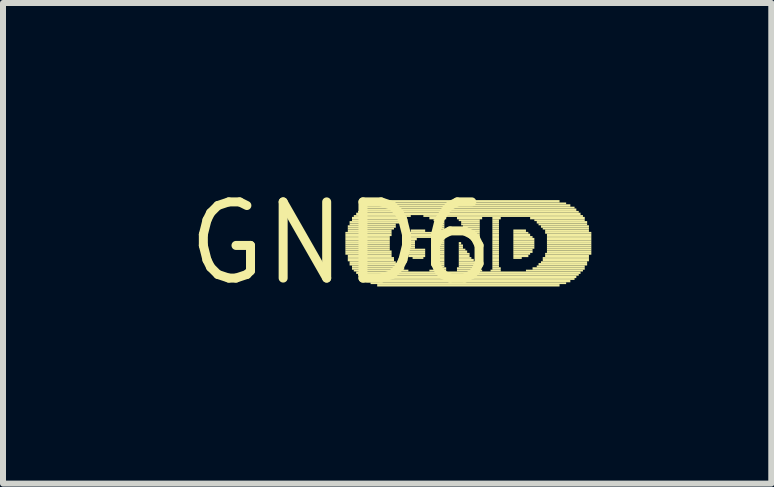
<source format=kicad_pcb>
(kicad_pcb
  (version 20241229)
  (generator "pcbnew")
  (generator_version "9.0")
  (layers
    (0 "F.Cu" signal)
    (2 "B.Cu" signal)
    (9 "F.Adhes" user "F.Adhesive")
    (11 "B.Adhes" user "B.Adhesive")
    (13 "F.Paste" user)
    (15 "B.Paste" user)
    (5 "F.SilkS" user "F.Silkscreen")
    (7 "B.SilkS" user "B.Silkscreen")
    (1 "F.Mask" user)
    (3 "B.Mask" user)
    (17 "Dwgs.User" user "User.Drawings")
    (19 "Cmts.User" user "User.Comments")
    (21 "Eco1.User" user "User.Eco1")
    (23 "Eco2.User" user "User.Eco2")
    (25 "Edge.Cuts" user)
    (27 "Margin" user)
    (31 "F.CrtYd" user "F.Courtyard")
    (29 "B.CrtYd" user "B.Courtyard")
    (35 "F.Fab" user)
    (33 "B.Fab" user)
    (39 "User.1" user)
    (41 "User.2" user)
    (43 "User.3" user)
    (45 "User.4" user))
  (footprint "GND6"
    (layer "F.Cu")
    (at 2.638 1.006)
    (property "Reference" "GND6" (at 0 0 0) (layer "F.SilkS") (effects (font (size 1.27 1.27) (thickness 0.15))))
    (fp_poly (pts (xy 0.07 -0.16) (xy 0.84 -0.16) (xy 0.84 -0.19) (xy 0.07 -0.19)) (stroke (width 0) (type solid)) (fill yes) (layer "F.SilkS"))
    (fp_poly (pts (xy 0.07 -0.12) (xy 0.84 -0.12) (xy 0.84 -0.16) (xy 0.07 -0.16)) (stroke (width 0) (type solid)) (fill yes) (layer "F.SilkS"))
    (fp_poly (pts (xy 0.07 -0.09) (xy 0.81 -0.09) (xy 0.81 -0.12) (xy 0.07 -0.12)) (stroke (width 0) (type solid)) (fill yes) (layer "F.SilkS"))
    (fp_poly (pts (xy 0.07 -0.05) (xy 0.81 -0.05) (xy 0.81 -0.09) (xy 0.07 -0.09)) (stroke (width 0) (type solid)) (fill yes) (layer "F.SilkS"))
    (fp_poly (pts (xy 0.07 -0.02) (xy 0.81 -0.02) (xy 0.81 -0.05) (xy 0.07 -0.05)) (stroke (width 0) (type solid)) (fill yes) (layer "F.SilkS"))
    (fp_poly (pts (xy 0.07 0.02) (xy 0.81 0.02) (xy 0.81 -0.02) (xy 0.07 -0.02)) (stroke (width 0) (type solid)) (fill yes) (layer "F.SilkS"))
    (fp_poly (pts (xy 0.07 0.05) (xy 0.81 0.05) (xy 0.81 0.02) (xy 0.07 0.02)) (stroke (width 0) (type solid)) (fill yes) (layer "F.SilkS"))
    (fp_poly (pts (xy 0.07 0.09) (xy 0.81 0.09) (xy 0.81 0.05) (xy 0.07 0.05)) (stroke (width 0) (type solid)) (fill yes) (layer "F.SilkS"))
    (fp_poly (pts (xy 0.07 0.12) (xy 0.81 0.12) (xy 0.81 0.09) (xy 0.07 0.09)) (stroke (width 0) (type solid)) (fill yes) (layer "F.SilkS"))
    (fp_poly (pts (xy 0.07 0.16) (xy 0.84 0.16) (xy 0.84 0.12) (xy 0.07 0.12)) (stroke (width 0) (type solid)) (fill yes) (layer "F.SilkS"))
    (fp_poly (pts (xy 0.07 0.19) (xy 0.84 0.19) (xy 0.84 0.16) (xy 0.07 0.16)) (stroke (width 0) (type solid)) (fill yes) (layer "F.SilkS"))
    (fp_poly (pts (xy 0.11 -0.26) (xy 0.91 -0.26) (xy 0.91 -0.3) (xy 0.11 -0.3)) (stroke (width 0) (type solid)) (fill yes) (layer "F.SilkS"))
    (fp_poly (pts (xy 0.11 -0.23) (xy 0.88 -0.23) (xy 0.88 -0.26) (xy 0.11 -0.26)) (stroke (width 0) (type solid)) (fill yes) (layer "F.SilkS"))
    (fp_poly (pts (xy 0.11 -0.19) (xy 0.84 -0.19) (xy 0.84 -0.23) (xy 0.11 -0.23)) (stroke (width 0) (type solid)) (fill yes) (layer "F.SilkS"))
    (fp_poly (pts (xy 0.11 0.23) (xy 0.84 0.23) (xy 0.84 0.19) (xy 0.11 0.19)) (stroke (width 0) (type solid)) (fill yes) (layer "F.SilkS"))
    (fp_poly (pts (xy 0.11 0.26) (xy 0.88 0.26) (xy 0.88 0.23) (xy 0.11 0.23)) (stroke (width 0) (type solid)) (fill yes) (layer "F.SilkS"))
    (fp_poly (pts (xy 0.11 0.3) (xy 0.88 0.3) (xy 0.88 0.26) (xy 0.11 0.26)) (stroke (width 0) (type solid)) (fill yes) (layer "F.SilkS"))
    (fp_poly (pts (xy 0.14 -0.33) (xy 0.98 -0.33) (xy 0.98 -0.37) (xy 0.14 -0.37)) (stroke (width 0) (type solid)) (fill yes) (layer "F.SilkS"))
    (fp_poly (pts (xy 0.14 -0.3) (xy 0.91 -0.3) (xy 0.91 -0.33) (xy 0.14 -0.33)) (stroke (width 0) (type solid)) (fill yes) (layer "F.SilkS"))
    (fp_poly (pts (xy 0.14 0.33) (xy 0.91 0.33) (xy 0.91 0.3) (xy 0.14 0.3)) (stroke (width 0) (type solid)) (fill yes) (layer "F.SilkS"))
    (fp_poly (pts (xy 0.14 0.37) (xy 0.95 0.37) (xy 0.95 0.33) (xy 0.14 0.33)) (stroke (width 0) (type solid)) (fill yes) (layer "F.SilkS"))
    (fp_poly (pts (xy 0.18 -0.4) (xy 1.09 -0.4) (xy 1.09 -0.44) (xy 0.18 -0.44)) (stroke (width 0) (type solid)) (fill yes) (layer "F.SilkS"))
    (fp_poly (pts (xy 0.18 -0.37) (xy 1.02 -0.37) (xy 1.02 -0.4) (xy 0.18 -0.4)) (stroke (width 0) (type solid)) (fill yes) (layer "F.SilkS"))
    (fp_poly (pts (xy 0.18 0.4) (xy 0.98 0.4) (xy 0.98 0.37) (xy 0.18 0.37)) (stroke (width 0) (type solid)) (fill yes) (layer "F.SilkS"))
    (fp_poly (pts (xy 0.18 0.44) (xy 1.05 0.44) (xy 1.05 0.4) (xy 0.18 0.4)) (stroke (width 0) (type solid)) (fill yes) (layer "F.SilkS"))
    (fp_poly (pts (xy 0.21 -0.44) (xy 1.16 -0.44) (xy 1.16 -0.47) (xy 0.21 -0.47)) (stroke (width 0) (type solid)) (fill yes) (layer "F.SilkS"))
    (fp_poly (pts (xy 0.21 0.47) (xy 1.12 0.47) (xy 1.12 0.44) (xy 0.21 0.44)) (stroke (width 0) (type solid)) (fill yes) (layer "F.SilkS"))
    (fp_poly (pts (xy 0.25 -0.47) (xy 3.99 -0.47) (xy 3.99 -0.51) (xy 0.25 -0.51)) (stroke (width 0) (type solid)) (fill yes) (layer "F.SilkS"))
    (fp_poly (pts (xy 0.25 0.51) (xy 3.99 0.51) (xy 3.99 0.47) (xy 0.25 0.47)) (stroke (width 0) (type solid)) (fill yes) (layer "F.SilkS"))
    (fp_poly (pts (xy 0.28 -0.51) (xy 3.96 -0.51) (xy 3.96 -0.54) (xy 0.28 -0.54)) (stroke (width 0) (type solid)) (fill yes) (layer "F.SilkS"))
    (fp_poly (pts (xy 0.28 0.54) (xy 3.96 0.54) (xy 3.96 0.51) (xy 0.28 0.51)) (stroke (width 0) (type solid)) (fill yes) (layer "F.SilkS"))
    (fp_poly (pts (xy 0.32 -0.54) (xy 3.92 -0.54) (xy 3.92 -0.58) (xy 0.32 -0.58)) (stroke (width 0) (type solid)) (fill yes) (layer "F.SilkS"))
    (fp_poly (pts (xy 0.32 0.58) (xy 3.92 0.58) (xy 3.92 0.54) (xy 0.32 0.54)) (stroke (width 0) (type solid)) (fill yes) (layer "F.SilkS"))
    (fp_poly (pts (xy 0.35 -0.58) (xy 3.89 -0.58) (xy 3.89 -0.61) (xy 0.35 -0.61)) (stroke (width 0) (type solid)) (fill yes) (layer "F.SilkS"))
    (fp_poly (pts (xy 0.35 0.61) (xy 3.89 0.61) (xy 3.89 0.58) (xy 0.35 0.58)) (stroke (width 0) (type solid)) (fill yes) (layer "F.SilkS"))
    (fp_poly (pts (xy 0.42 -0.61) (xy 3.82 -0.61) (xy 3.82 -0.65) (xy 0.42 -0.65)) (stroke (width 0) (type solid)) (fill yes) (layer "F.SilkS"))
    (fp_poly (pts (xy 0.42 0.65) (xy 3.82 0.65) (xy 3.82 0.61) (xy 0.42 0.61)) (stroke (width 0) (type solid)) (fill yes) (layer "F.SilkS"))
    (fp_poly (pts (xy 0.49 -0.65) (xy 3.75 -0.65) (xy 3.75 -0.68) (xy 0.49 -0.68)) (stroke (width 0) (type solid)) (fill yes) (layer "F.SilkS"))
    (fp_poly (pts (xy 0.49 0.68) (xy 3.75 0.68) (xy 3.75 0.65) (xy 0.49 0.65)) (stroke (width 0) (type solid)) (fill yes) (layer "F.SilkS"))
    (fp_poly (pts (xy 0.6 -0.68) (xy 3.64 -0.68) (xy 3.64 -0.72) (xy 0.6 -0.72)) (stroke (width 0) (type solid)) (fill yes) (layer "F.SilkS"))
    (fp_poly (pts (xy 0.6 0.72) (xy 3.64 0.72) (xy 3.64 0.68) (xy 0.6 0.68)) (stroke (width 0) (type solid)) (fill yes) (layer "F.SilkS"))
    (fp_poly (pts (xy 1.02 -0.05) (xy 1.26 -0.05) (xy 1.26 -0.09) (xy 1.02 -0.09)) (stroke (width 0) (type solid)) (fill yes) (layer "F.SilkS"))
    (fp_poly (pts (xy 1.02 -0.02) (xy 1.23 -0.02) (xy 1.23 -0.05) (xy 1.02 -0.05)) (stroke (width 0) (type solid)) (fill yes) (layer "F.SilkS"))
    (fp_poly (pts (xy 1.02 0.02) (xy 1.23 0.02) (xy 1.23 -0.02) (xy 1.02 -0.02)) (stroke (width 0) (type solid)) (fill yes) (layer "F.SilkS"))
    (fp_poly (pts (xy 1.02 0.05) (xy 1.23 0.05) (xy 1.23 0.02) (xy 1.02 0.02)) (stroke (width 0) (type solid)) (fill yes) (layer "F.SilkS"))
    (fp_poly (pts (xy 1.02 0.09) (xy 1.23 0.09) (xy 1.23 0.05) (xy 1.02 0.05)) (stroke (width 0) (type solid)) (fill yes) (layer "F.SilkS"))
    (fp_poly (pts (xy 1.05 -0.12) (xy 1.72 -0.12) (xy 1.72 -0.16) (xy 1.05 -0.16)) (stroke (width 0) (type solid)) (fill yes) (layer "F.SilkS"))
    (fp_poly (pts (xy 1.05 -0.09) (xy 1.72 -0.09) (xy 1.72 -0.12) (xy 1.05 -0.12)) (stroke (width 0) (type solid)) (fill yes) (layer "F.SilkS"))
    (fp_poly (pts (xy 1.05 0.12) (xy 1.4 0.12) (xy 1.4 0.09) (xy 1.05 0.09)) (stroke (width 0) (type solid)) (fill yes) (layer "F.SilkS"))
    (fp_poly (pts (xy 1.05 0.16) (xy 1.4 0.16) (xy 1.4 0.12) (xy 1.05 0.12)) (stroke (width 0) (type solid)) (fill yes) (layer "F.SilkS"))
    (fp_poly (pts (xy 1.09 -0.16) (xy 1.72 -0.16) (xy 1.72 -0.19) (xy 1.09 -0.19)) (stroke (width 0) (type solid)) (fill yes) (layer "F.SilkS"))
    (fp_poly (pts (xy 1.09 0.19) (xy 1.4 0.19) (xy 1.4 0.16) (xy 1.09 0.16)) (stroke (width 0) (type solid)) (fill yes) (layer "F.SilkS"))
    (fp_poly (pts (xy 1.12 0.23) (xy 1.4 0.23) (xy 1.4 0.19) (xy 1.12 0.19)) (stroke (width 0) (type solid)) (fill yes) (layer "F.SilkS"))
    (fp_poly (pts (xy 1.16 -0.19) (xy 1.4 -0.19) (xy 1.4 -0.23) (xy 1.16 -0.23)) (stroke (width 0) (type solid)) (fill yes) (layer "F.SilkS"))
    (fp_poly (pts (xy 1.19 0.26) (xy 1.37 0.26) (xy 1.37 0.23) (xy 1.19 0.23)) (stroke (width 0) (type solid)) (fill yes) (layer "F.SilkS"))
    (fp_poly (pts (xy 1.37 -0.44) (xy 4.03 -0.44) (xy 4.03 -0.47) (xy 1.37 -0.47)) (stroke (width 0) (type solid)) (fill yes) (layer "F.SilkS"))
    (fp_poly (pts (xy 1.47 -0.4) (xy 1.75 -0.4) (xy 1.75 -0.44) (xy 1.47 -0.44)) (stroke (width 0) (type solid)) (fill yes) (layer "F.SilkS"))
    (fp_poly (pts (xy 1.47 0.47) (xy 1.75 0.47) (xy 1.75 0.44) (xy 1.47 0.44)) (stroke (width 0) (type solid)) (fill yes) (layer "F.SilkS"))
    (fp_poly (pts (xy 1.54 -0.37) (xy 1.72 -0.37) (xy 1.72 -0.4) (xy 1.54 -0.4)) (stroke (width 0) (type solid)) (fill yes) (layer "F.SilkS"))
    (fp_poly (pts (xy 1.54 -0.19) (xy 1.72 -0.19) (xy 1.72 -0.23) (xy 1.54 -0.23)) (stroke (width 0) (type solid)) (fill yes) (layer "F.SilkS"))
    (fp_poly (pts (xy 1.54 0.44) (xy 1.75 0.44) (xy 1.75 0.4) (xy 1.54 0.4)) (stroke (width 0) (type solid)) (fill yes) (layer "F.SilkS"))
    (fp_poly (pts (xy 1.58 -0.33) (xy 1.72 -0.33) (xy 1.72 -0.37) (xy 1.58 -0.37)) (stroke (width 0) (type solid)) (fill yes) (layer "F.SilkS"))
    (fp_poly (pts (xy 1.58 -0.3) (xy 1.72 -0.3) (xy 1.72 -0.33) (xy 1.58 -0.33)) (stroke (width 0) (type solid)) (fill yes) (layer "F.SilkS"))
    (fp_poly (pts (xy 1.58 -0.26) (xy 1.72 -0.26) (xy 1.72 -0.3) (xy 1.58 -0.3)) (stroke (width 0) (type solid)) (fill yes) (layer "F.SilkS"))
    (fp_poly (pts (xy 1.58 -0.23) (xy 1.72 -0.23) (xy 1.72 -0.26) (xy 1.58 -0.26)) (stroke (width 0) (type solid)) (fill yes) (layer "F.SilkS"))
    (fp_poly (pts (xy 1.58 -0.05) (xy 1.72 -0.05) (xy 1.72 -0.09) (xy 1.58 -0.09)) (stroke (width 0) (type solid)) (fill yes) (layer "F.SilkS"))
    (fp_poly (pts (xy 1.58 0.4) (xy 1.72 0.4) (xy 1.72 0.37) (xy 1.58 0.37)) (stroke (width 0) (type solid)) (fill yes) (layer "F.SilkS"))
    (fp_poly (pts (xy 1.61 -0.02) (xy 1.72 -0.02) (xy 1.72 -0.05) (xy 1.61 -0.05)) (stroke (width 0) (type solid)) (fill yes) (layer "F.SilkS"))
    (fp_poly (pts (xy 1.61 0.02) (xy 1.72 0.02) (xy 1.72 -0.02) (xy 1.61 -0.02)) (stroke (width 0) (type solid)) (fill yes) (layer "F.SilkS"))
    (fp_poly (pts (xy 1.61 0.05) (xy 1.72 0.05) (xy 1.72 0.02) (xy 1.61 0.02)) (stroke (width 0) (type solid)) (fill yes) (layer "F.SilkS"))
    (fp_poly (pts (xy 1.61 0.09) (xy 1.72 0.09) (xy 1.72 0.05) (xy 1.61 0.05)) (stroke (width 0) (type solid)) (fill yes) (layer "F.SilkS"))
    (fp_poly (pts (xy 1.61 0.12) (xy 1.72 0.12) (xy 1.72 0.09) (xy 1.61 0.09)) (stroke (width 0) (type solid)) (fill yes) (layer "F.SilkS"))
    (fp_poly (pts (xy 1.61 0.16) (xy 1.72 0.16) (xy 1.72 0.12) (xy 1.61 0.12)) (stroke (width 0) (type solid)) (fill yes) (layer "F.SilkS"))
    (fp_poly (pts (xy 1.61 0.19) (xy 1.72 0.19) (xy 1.72 0.16) (xy 1.61 0.16)) (stroke (width 0) (type solid)) (fill yes) (layer "F.SilkS"))
    (fp_poly (pts (xy 1.61 0.23) (xy 1.72 0.23) (xy 1.72 0.19) (xy 1.61 0.19)) (stroke (width 0) (type solid)) (fill yes) (layer "F.SilkS"))
    (fp_poly (pts (xy 1.61 0.26) (xy 1.72 0.26) (xy 1.72 0.23) (xy 1.61 0.23)) (stroke (width 0) (type solid)) (fill yes) (layer "F.SilkS"))
    (fp_poly (pts (xy 1.61 0.3) (xy 1.72 0.3) (xy 1.72 0.26) (xy 1.61 0.26)) (stroke (width 0) (type solid)) (fill yes) (layer "F.SilkS"))
    (fp_poly (pts (xy 1.61 0.33) (xy 1.72 0.33) (xy 1.72 0.3) (xy 1.61 0.3)) (stroke (width 0) (type solid)) (fill yes) (layer "F.SilkS"))
    (fp_poly (pts (xy 1.61 0.37) (xy 1.72 0.37) (xy 1.72 0.33) (xy 1.61 0.33)) (stroke (width 0) (type solid)) (fill yes) (layer "F.SilkS"))
    (fp_poly (pts (xy 1.93 -0.4) (xy 2.35 -0.4) (xy 2.35 -0.44) (xy 1.93 -0.44)) (stroke (width 0) (type solid)) (fill yes) (layer "F.SilkS"))
    (fp_poly (pts (xy 1.93 0.44) (xy 2.31 0.44) (xy 2.31 0.4) (xy 1.93 0.4)) (stroke (width 0) (type solid)) (fill yes) (layer "F.SilkS"))
    (fp_poly (pts (xy 1.93 0.47) (xy 2.35 0.47) (xy 2.35 0.44) (xy 1.93 0.44)) (stroke (width 0) (type solid)) (fill yes) (layer "F.SilkS"))
    (fp_poly (pts (xy 1.96 -0.37) (xy 2.31 -0.37) (xy 2.31 -0.4) (xy 1.96 -0.4)) (stroke (width 0) (type solid)) (fill yes) (layer "F.SilkS"))
    (fp_poly (pts (xy 1.96 0.02) (xy 2 0.02) (xy 2 -0.02) (xy 1.96 -0.02)) (stroke (width 0) (type solid)) (fill yes) (layer "F.SilkS"))
    (fp_poly (pts (xy 1.96 0.05) (xy 2.03 0.05) (xy 2.03 0.02) (xy 1.96 0.02)) (stroke (width 0) (type solid)) (fill yes) (layer "F.SilkS"))
    (fp_poly (pts (xy 1.96 0.09) (xy 2.03 0.09) (xy 2.03 0.05) (xy 1.96 0.05)) (stroke (width 0) (type solid)) (fill yes) (layer "F.SilkS"))
    (fp_poly (pts (xy 1.96 0.12) (xy 2.07 0.12) (xy 2.07 0.09) (xy 1.96 0.09)) (stroke (width 0) (type solid)) (fill yes) (layer "F.SilkS"))
    (fp_poly (pts (xy 1.96 0.16) (xy 2.1 0.16) (xy 2.1 0.12) (xy 1.96 0.12)) (stroke (width 0) (type solid)) (fill yes) (layer "F.SilkS"))
    (fp_poly (pts (xy 1.96 0.19) (xy 2.14 0.19) (xy 2.14 0.16) (xy 1.96 0.16)) (stroke (width 0) (type solid)) (fill yes) (layer "F.SilkS"))
    (fp_poly (pts (xy 1.96 0.23) (xy 2.14 0.23) (xy 2.14 0.19) (xy 1.96 0.19)) (stroke (width 0) (type solid)) (fill yes) (layer "F.SilkS"))
    (fp_poly (pts (xy 1.96 0.26) (xy 2.17 0.26) (xy 2.17 0.23) (xy 1.96 0.23)) (stroke (width 0) (type solid)) (fill yes) (layer "F.SilkS"))
    (fp_poly (pts (xy 1.96 0.3) (xy 2.21 0.3) (xy 2.21 0.26) (xy 1.96 0.26)) (stroke (width 0) (type solid)) (fill yes) (layer "F.SilkS"))
    (fp_poly (pts (xy 1.96 0.33) (xy 2.24 0.33) (xy 2.24 0.3) (xy 1.96 0.3)) (stroke (width 0) (type solid)) (fill yes) (layer "F.SilkS"))
    (fp_poly (pts (xy 1.96 0.37) (xy 2.24 0.37) (xy 2.24 0.33) (xy 1.96 0.33)) (stroke (width 0) (type solid)) (fill yes) (layer "F.SilkS"))
    (fp_poly (pts (xy 1.96 0.4) (xy 2.28 0.4) (xy 2.28 0.37) (xy 1.96 0.37)) (stroke (width 0) (type solid)) (fill yes) (layer "F.SilkS"))
    (fp_poly (pts (xy 2 -0.33) (xy 2.31 -0.33) (xy 2.31 -0.37) (xy 2 -0.37)) (stroke (width 0) (type solid)) (fill yes) (layer "F.SilkS"))
    (fp_poly (pts (xy 2 -0.3) (xy 2.31 -0.3) (xy 2.31 -0.33) (xy 2 -0.33)) (stroke (width 0) (type solid)) (fill yes) (layer "F.SilkS"))
    (fp_poly (pts (xy 2.03 -0.26) (xy 2.31 -0.26) (xy 2.31 -0.3) (xy 2.03 -0.3)) (stroke (width 0) (type solid)) (fill yes) (layer "F.SilkS"))
    (fp_poly (pts (xy 2.07 -0.23) (xy 2.31 -0.23) (xy 2.31 -0.26) (xy 2.07 -0.26)) (stroke (width 0) (type solid)) (fill yes) (layer "F.SilkS"))
    (fp_poly (pts (xy 2.1 -0.19) (xy 2.31 -0.19) (xy 2.31 -0.23) (xy 2.1 -0.23)) (stroke (width 0) (type solid)) (fill yes) (layer "F.SilkS"))
    (fp_poly (pts (xy 2.1 -0.16) (xy 2.31 -0.16) (xy 2.31 -0.19) (xy 2.1 -0.19)) (stroke (width 0) (type solid)) (fill yes) (layer "F.SilkS"))
    (fp_poly (pts (xy 2.14 -0.12) (xy 2.31 -0.12) (xy 2.31 -0.16) (xy 2.14 -0.16)) (stroke (width 0) (type solid)) (fill yes) (layer "F.SilkS"))
    (fp_poly (pts (xy 2.17 -0.09) (xy 2.31 -0.09) (xy 2.31 -0.12) (xy 2.17 -0.12)) (stroke (width 0) (type solid)) (fill yes) (layer "F.SilkS"))
    (fp_poly (pts (xy 2.21 -0.05) (xy 2.31 -0.05) (xy 2.31 -0.09) (xy 2.21 -0.09)) (stroke (width 0) (type solid)) (fill yes) (layer "F.SilkS"))
    (fp_poly (pts (xy 2.21 -0.02) (xy 2.31 -0.02) (xy 2.31 -0.05) (xy 2.21 -0.05)) (stroke (width 0) (type solid)) (fill yes) (layer "F.SilkS"))
    (fp_poly (pts (xy 2.24 0.02) (xy 2.31 0.02) (xy 2.31 -0.02) (xy 2.24 -0.02)) (stroke (width 0) (type solid)) (fill yes) (layer "F.SilkS"))
    (fp_poly (pts (xy 2.28 0.05) (xy 2.31 0.05) (xy 2.31 0.02) (xy 2.28 0.02)) (stroke (width 0) (type solid)) (fill yes) (layer "F.SilkS"))
    (fp_poly (pts (xy 2.49 0.47) (xy 2.66 0.47) (xy 2.66 0.44) (xy 2.49 0.44)) (stroke (width 0) (type solid)) (fill yes) (layer "F.SilkS"))
    (fp_poly (pts (xy 2.52 -0.4) (xy 2.66 -0.4) (xy 2.66 -0.44) (xy 2.52 -0.44)) (stroke (width 0) (type solid)) (fill yes) (layer "F.SilkS"))
    (fp_poly (pts (xy 2.52 -0.37) (xy 2.63 -0.37) (xy 2.63 -0.4) (xy 2.52 -0.4)) (stroke (width 0) (type solid)) (fill yes) (layer "F.SilkS"))
    (fp_poly (pts (xy 2.52 -0.33) (xy 2.63 -0.33) (xy 2.63 -0.37) (xy 2.52 -0.37)) (stroke (width 0) (type solid)) (fill yes) (layer "F.SilkS"))
    (fp_poly (pts (xy 2.52 -0.3) (xy 2.63 -0.3) (xy 2.63 -0.33) (xy 2.52 -0.33)) (stroke (width 0) (type solid)) (fill yes) (layer "F.SilkS"))
    (fp_poly (pts (xy 2.52 -0.26) (xy 2.63 -0.26) (xy 2.63 -0.3) (xy 2.52 -0.3)) (stroke (width 0) (type solid)) (fill yes) (layer "F.SilkS"))
    (fp_poly (pts (xy 2.52 -0.23) (xy 2.63 -0.23) (xy 2.63 -0.26) (xy 2.52 -0.26)) (stroke (width 0) (type solid)) (fill yes) (layer "F.SilkS"))
    (fp_poly (pts (xy 2.52 -0.19) (xy 2.63 -0.19) (xy 2.63 -0.23) (xy 2.52 -0.23)) (stroke (width 0) (type solid)) (fill yes) (layer "F.SilkS"))
    (fp_poly (pts (xy 2.52 -0.16) (xy 2.63 -0.16) (xy 2.63 -0.19) (xy 2.52 -0.19)) (stroke (width 0) (type solid)) (fill yes) (layer "F.SilkS"))
    (fp_poly (pts (xy 2.52 -0.12) (xy 2.63 -0.12) (xy 2.63 -0.16) (xy 2.52 -0.16)) (stroke (width 0) (type solid)) (fill yes) (layer "F.SilkS"))
    (fp_poly (pts (xy 2.52 -0.09) (xy 2.63 -0.09) (xy 2.63 -0.12) (xy 2.52 -0.12)) (stroke (width 0) (type solid)) (fill yes) (layer "F.SilkS"))
    (fp_poly (pts (xy 2.52 -0.05) (xy 2.63 -0.05) (xy 2.63 -0.09) (xy 2.52 -0.09)) (stroke (width 0) (type solid)) (fill yes) (layer "F.SilkS"))
    (fp_poly (pts (xy 2.52 -0.02) (xy 2.63 -0.02) (xy 2.63 -0.05) (xy 2.52 -0.05)) (stroke (width 0) (type solid)) (fill yes) (layer "F.SilkS"))
    (fp_poly (pts (xy 2.52 0.02) (xy 2.63 0.02) (xy 2.63 -0.02) (xy 2.52 -0.02)) (stroke (width 0) (type solid)) (fill yes) (layer "F.SilkS"))
    (fp_poly (pts (xy 2.52 0.05) (xy 2.63 0.05) (xy 2.63 0.02) (xy 2.52 0.02)) (stroke (width 0) (type solid)) (fill yes) (layer "F.SilkS"))
    (fp_poly (pts (xy 2.52 0.09) (xy 2.63 0.09) (xy 2.63 0.05) (xy 2.52 0.05)) (stroke (width 0) (type solid)) (fill yes) (layer "F.SilkS"))
    (fp_poly (pts (xy 2.52 0.12) (xy 2.63 0.12) (xy 2.63 0.09) (xy 2.52 0.09)) (stroke (width 0) (type solid)) (fill yes) (layer "F.SilkS"))
    (fp_poly (pts (xy 2.52 0.16) (xy 2.63 0.16) (xy 2.63 0.12) (xy 2.52 0.12)) (stroke (width 0) (type solid)) (fill yes) (layer "F.SilkS"))
    (fp_poly (pts (xy 2.52 0.19) (xy 2.63 0.19) (xy 2.63 0.16) (xy 2.52 0.16)) (stroke (width 0) (type solid)) (fill yes) (layer "F.SilkS"))
    (fp_poly (pts (xy 2.52 0.23) (xy 2.63 0.23) (xy 2.63 0.19) (xy 2.52 0.19)) (stroke (width 0) (type solid)) (fill yes) (layer "F.SilkS"))
    (fp_poly (pts (xy 2.52 0.26) (xy 2.63 0.26) (xy 2.63 0.23) (xy 2.52 0.23)) (stroke (width 0) (type solid)) (fill yes) (layer "F.SilkS"))
    (fp_poly (pts (xy 2.52 0.3) (xy 2.63 0.3) (xy 2.63 0.26) (xy 2.52 0.26)) (stroke (width 0) (type solid)) (fill yes) (layer "F.SilkS"))
    (fp_poly (pts (xy 2.52 0.33) (xy 2.63 0.33) (xy 2.63 0.3) (xy 2.52 0.3)) (stroke (width 0) (type solid)) (fill yes) (layer "F.SilkS"))
    (fp_poly (pts (xy 2.52 0.37) (xy 2.63 0.37) (xy 2.63 0.33) (xy 2.52 0.33)) (stroke (width 0) (type solid)) (fill yes) (layer "F.SilkS"))
    (fp_poly (pts (xy 2.52 0.4) (xy 2.63 0.4) (xy 2.63 0.37) (xy 2.52 0.37)) (stroke (width 0) (type solid)) (fill yes) (layer "F.SilkS"))
    (fp_poly (pts (xy 2.52 0.44) (xy 2.66 0.44) (xy 2.66 0.4) (xy 2.52 0.4)) (stroke (width 0) (type solid)) (fill yes) (layer "F.SilkS"))
    (fp_poly (pts (xy 2.87 -0.19) (xy 3.08 -0.19) (xy 3.08 -0.23) (xy 2.87 -0.23)) (stroke (width 0) (type solid)) (fill yes) (layer "F.SilkS"))
    (fp_poly (pts (xy 2.87 -0.16) (xy 3.12 -0.16) (xy 3.12 -0.19) (xy 2.87 -0.19)) (stroke (width 0) (type solid)) (fill yes) (layer "F.SilkS"))
    (fp_poly (pts (xy 2.87 -0.12) (xy 3.15 -0.12) (xy 3.15 -0.16) (xy 2.87 -0.16)) (stroke (width 0) (type solid)) (fill yes) (layer "F.SilkS"))
    (fp_poly (pts (xy 2.87 -0.09) (xy 3.19 -0.09) (xy 3.19 -0.12) (xy 2.87 -0.12)) (stroke (width 0) (type solid)) (fill yes) (layer "F.SilkS"))
    (fp_poly (pts (xy 2.87 -0.05) (xy 3.22 -0.05) (xy 3.22 -0.09) (xy 2.87 -0.09)) (stroke (width 0) (type solid)) (fill yes) (layer "F.SilkS"))
    (fp_poly (pts (xy 2.87 -0.02) (xy 3.22 -0.02) (xy 3.22 -0.05) (xy 2.87 -0.05)) (stroke (width 0) (type solid)) (fill yes) (layer "F.SilkS"))
    (fp_poly (pts (xy 2.87 0.02) (xy 3.22 0.02) (xy 3.22 -0.02) (xy 2.87 -0.02)) (stroke (width 0) (type solid)) (fill yes) (layer "F.SilkS"))
    (fp_poly (pts (xy 2.87 0.05) (xy 3.22 0.05) (xy 3.22 0.02) (xy 2.87 0.02)) (stroke (width 0) (type solid)) (fill yes) (layer "F.SilkS"))
    (fp_poly (pts (xy 2.87 0.09) (xy 3.22 0.09) (xy 3.22 0.05) (xy 2.87 0.05)) (stroke (width 0) (type solid)) (fill yes) (layer "F.SilkS"))
    (fp_poly (pts (xy 2.87 0.12) (xy 3.19 0.12) (xy 3.19 0.09) (xy 2.87 0.09)) (stroke (width 0) (type solid)) (fill yes) (layer "F.SilkS"))
    (fp_poly (pts (xy 2.87 0.16) (xy 3.19 0.16) (xy 3.19 0.12) (xy 2.87 0.12)) (stroke (width 0) (type solid)) (fill yes) (layer "F.SilkS"))
    (fp_poly (pts (xy 2.87 0.19) (xy 3.15 0.19) (xy 3.15 0.16) (xy 2.87 0.16)) (stroke (width 0) (type solid)) (fill yes) (layer "F.SilkS"))
    (fp_poly (pts (xy 2.87 0.23) (xy 3.12 0.23) (xy 3.12 0.19) (xy 2.87 0.19)) (stroke (width 0) (type solid)) (fill yes) (layer "F.SilkS"))
    (fp_poly (pts (xy 2.87 0.26) (xy 3.01 0.26) (xy 3.01 0.23) (xy 2.87 0.23)) (stroke (width 0) (type solid)) (fill yes) (layer "F.SilkS"))
    (fp_poly (pts (xy 3.08 0.47) (xy 4.03 0.47) (xy 4.03 0.44) (xy 3.08 0.44)) (stroke (width 0) (type solid)) (fill yes) (layer "F.SilkS"))
    (fp_poly (pts (xy 3.15 -0.4) (xy 4.06 -0.4) (xy 4.06 -0.44) (xy 3.15 -0.44)) (stroke (width 0) (type solid)) (fill yes) (layer "F.SilkS"))
    (fp_poly (pts (xy 3.19 0.44) (xy 4.06 0.44) (xy 4.06 0.4) (xy 3.19 0.4)) (stroke (width 0) (type solid)) (fill yes) (layer "F.SilkS"))
    (fp_poly (pts (xy 3.22 -0.37) (xy 4.06 -0.37) (xy 4.06 -0.4) (xy 3.22 -0.4)) (stroke (width 0) (type solid)) (fill yes) (layer "F.SilkS"))
    (fp_poly (pts (xy 3.26 -0.33) (xy 4.1 -0.33) (xy 4.1 -0.37) (xy 3.26 -0.37)) (stroke (width 0) (type solid)) (fill yes) (layer "F.SilkS"))
    (fp_poly (pts (xy 3.26 0.4) (xy 4.06 0.4) (xy 4.06 0.37) (xy 3.26 0.37)) (stroke (width 0) (type solid)) (fill yes) (layer "F.SilkS"))
    (fp_poly (pts (xy 3.29 -0.3) (xy 4.1 -0.3) (xy 4.1 -0.33) (xy 3.29 -0.33)) (stroke (width 0) (type solid)) (fill yes) (layer "F.SilkS"))
    (fp_poly (pts (xy 3.29 0.37) (xy 4.1 0.37) (xy 4.1 0.33) (xy 3.29 0.33)) (stroke (width 0) (type solid)) (fill yes) (layer "F.SilkS"))
    (fp_poly (pts (xy 3.33 -0.26) (xy 4.13 -0.26) (xy 4.13 -0.3) (xy 3.33 -0.3)) (stroke (width 0) (type solid)) (fill yes) (layer "F.SilkS"))
    (fp_poly (pts (xy 3.33 0.33) (xy 4.1 0.33) (xy 4.1 0.3) (xy 3.33 0.3)) (stroke (width 0) (type solid)) (fill yes) (layer "F.SilkS"))
    (fp_poly (pts (xy 3.36 -0.23) (xy 4.13 -0.23) (xy 4.13 -0.26) (xy 3.36 -0.26)) (stroke (width 0) (type solid)) (fill yes) (layer "F.SilkS"))
    (fp_poly (pts (xy 3.36 0.26) (xy 4.13 0.26) (xy 4.13 0.23) (xy 3.36 0.23)) (stroke (width 0) (type solid)) (fill yes) (layer "F.SilkS"))
    (fp_poly (pts (xy 3.36 0.3) (xy 4.13 0.3) (xy 4.13 0.26) (xy 3.36 0.26)) (stroke (width 0) (type solid)) (fill yes) (layer "F.SilkS"))
    (fp_poly (pts (xy 3.4 -0.19) (xy 4.13 -0.19) (xy 4.13 -0.23) (xy 3.4 -0.23)) (stroke (width 0) (type solid)) (fill yes) (layer "F.SilkS"))
    (fp_poly (pts (xy 3.4 -0.16) (xy 4.17 -0.16) (xy 4.17 -0.19) (xy 3.4 -0.19)) (stroke (width 0) (type solid)) (fill yes) (layer "F.SilkS"))
    (fp_poly (pts (xy 3.4 0.19) (xy 4.17 0.19) (xy 4.17 0.16) (xy 3.4 0.16)) (stroke (width 0) (type solid)) (fill yes) (layer "F.SilkS"))
    (fp_poly (pts (xy 3.4 0.23) (xy 4.13 0.23) (xy 4.13 0.19) (xy 3.4 0.19)) (stroke (width 0) (type solid)) (fill yes) (layer "F.SilkS"))
    (fp_poly (pts (xy 3.43 -0.12) (xy 4.17 -0.12) (xy 4.17 -0.16) (xy 3.43 -0.16)) (stroke (width 0) (type solid)) (fill yes) (layer "F.SilkS"))
    (fp_poly (pts (xy 3.43 -0.09) (xy 4.17 -0.09) (xy 4.17 -0.12) (xy 3.43 -0.12)) (stroke (width 0) (type solid)) (fill yes) (layer "F.SilkS"))
    (fp_poly (pts (xy 3.43 -0.05) (xy 4.17 -0.05) (xy 4.17 -0.09) (xy 3.43 -0.09)) (stroke (width 0) (type solid)) (fill yes) (layer "F.SilkS"))
    (fp_poly (pts (xy 3.43 -0.02) (xy 4.17 -0.02) (xy 4.17 -0.05) (xy 3.43 -0.05)) (stroke (width 0) (type solid)) (fill yes) (layer "F.SilkS"))
    (fp_poly (pts (xy 3.43 0.02) (xy 4.17 0.02) (xy 4.17 -0.02) (xy 3.43 -0.02)) (stroke (width 0) (type solid)) (fill yes) (layer "F.SilkS"))
    (fp_poly (pts (xy 3.43 0.05) (xy 4.17 0.05) (xy 4.17 0.02) (xy 3.43 0.02)) (stroke (width 0) (type solid)) (fill yes) (layer "F.SilkS"))
    (fp_poly (pts (xy 3.43 0.09) (xy 4.17 0.09) (xy 4.17 0.05) (xy 3.43 0.05)) (stroke (width 0) (type solid)) (fill yes) (layer "F.SilkS"))
    (fp_poly (pts (xy 3.43 0.12) (xy 4.17 0.12) (xy 4.17 0.09) (xy 3.43 0.09)) (stroke (width 0) (type solid)) (fill yes) (layer "F.SilkS"))
    (fp_poly (pts (xy 3.43 0.16) (xy 4.17 0.16) (xy 4.17 0.12) (xy 3.43 0.12)) (stroke (width 0) (type solid)) (fill yes) (layer "F.SilkS")))
  (gr_rect
    (start -3 -3)
    (end 9.808 5.012)
    (stroke (width 0.1) (type default))
    (fill no)
    (layer "Edge.Cuts")))
</source>
